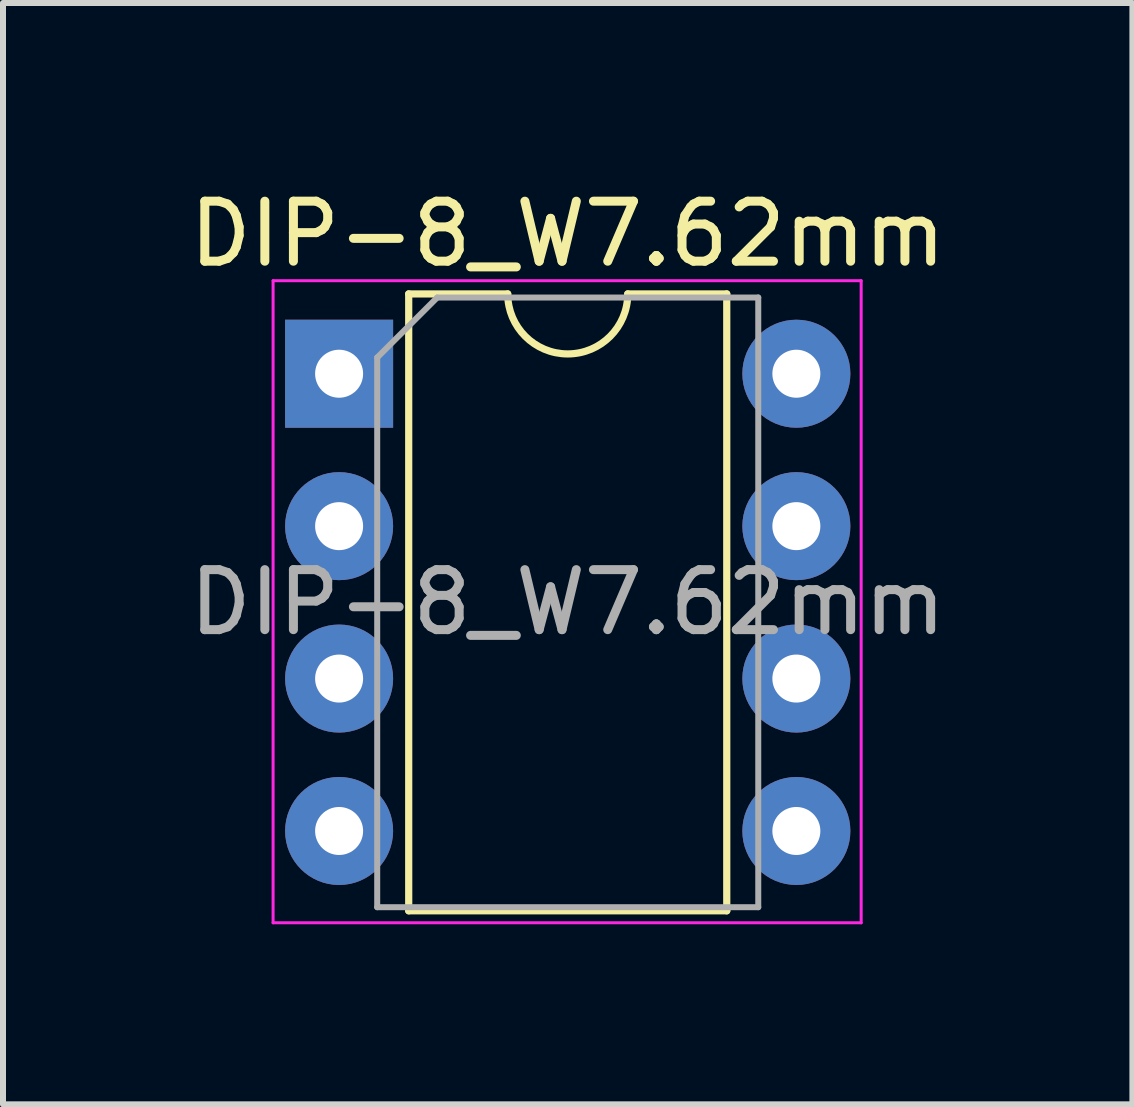
<source format=kicad_pcb>
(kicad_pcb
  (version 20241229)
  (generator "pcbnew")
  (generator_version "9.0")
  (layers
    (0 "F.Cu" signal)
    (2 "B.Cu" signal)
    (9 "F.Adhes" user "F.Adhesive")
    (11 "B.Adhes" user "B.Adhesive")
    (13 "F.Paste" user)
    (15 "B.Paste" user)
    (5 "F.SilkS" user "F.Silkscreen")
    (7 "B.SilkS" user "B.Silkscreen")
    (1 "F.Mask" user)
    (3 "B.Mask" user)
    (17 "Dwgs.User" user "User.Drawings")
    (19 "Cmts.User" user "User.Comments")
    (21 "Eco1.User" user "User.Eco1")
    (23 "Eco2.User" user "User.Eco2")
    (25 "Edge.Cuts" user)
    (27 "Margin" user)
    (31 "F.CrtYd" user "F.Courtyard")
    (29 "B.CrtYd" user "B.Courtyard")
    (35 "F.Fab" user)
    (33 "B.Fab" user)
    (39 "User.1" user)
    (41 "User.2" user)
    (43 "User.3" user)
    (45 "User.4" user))
  (footprint "DIP-8_W7.62mm"
    (layer "F.Cu")
    (at 2.601 3.178)
    (property "Reference" "DIP-8_W7.62mm" (at 3.81 -2.33 0) (layer "F.SilkS") (effects (font (size 1 1) (thickness 0.15))))
    (attr through_hole)
    (fp_line (start 1.16 -1.33) (end 1.16 8.95) (stroke (width 0.12) (type solid)) (layer "F.SilkS"))
    (fp_line (start 1.16 8.95) (end 6.46 8.95) (stroke (width 0.12) (type solid)) (layer "F.SilkS"))
    (fp_line (start 2.81 -1.33) (end 1.16 -1.33) (stroke (width 0.12) (type solid)) (layer "F.SilkS"))
    (fp_line (start 6.46 -1.33) (end 4.81 -1.33) (stroke (width 0.12) (type solid)) (layer "F.SilkS"))
    (fp_line (start 6.46 8.95) (end 6.46 -1.33) (stroke (width 0.12) (type solid)) (layer "F.SilkS"))
    (fp_arc (start 4.81 -1.33) (mid 3.81 -0.33) (end 2.81 -1.33) (stroke (width 0.12) (type solid)) (layer "F.SilkS"))
    (fp_line (start -1.1 -1.55) (end -1.1 9.15) (stroke (width 0.05) (type solid)) (layer "F.CrtYd"))
    (fp_line (start -1.1 9.15) (end 8.7 9.15) (stroke (width 0.05) (type solid)) (layer "F.CrtYd"))
    (fp_line (start 8.7 -1.55) (end -1.1 -1.55) (stroke (width 0.05) (type solid)) (layer "F.CrtYd"))
    (fp_line (start 8.7 9.15) (end 8.7 -1.55) (stroke (width 0.05) (type solid)) (layer "F.CrtYd"))
    (fp_line (start 0.635 -0.27) (end 1.635 -1.27) (stroke (width 0.1) (type solid)) (layer "F.Fab"))
    (fp_line (start 0.635 8.89) (end 0.635 -0.27) (stroke (width 0.1) (type solid)) (layer "F.Fab"))
    (fp_line (start 1.635 -1.27) (end 6.985 -1.27) (stroke (width 0.1) (type solid)) (layer "F.Fab"))
    (fp_line (start 6.985 -1.27) (end 6.985 8.89) (stroke (width 0.1) (type solid)) (layer "F.Fab"))
    (fp_line (start 6.985 8.89) (end 0.635 8.89) (stroke (width 0.1) (type solid)) (layer "F.Fab"))
    (fp_text user "${REFERENCE}" (at 3.81 3.81 0) (layer "F.Fab") (effects (font (size 1 1) (thickness 0.15))))
    (pad "1" thru_hole rect (at 0 0) (size 1.8 1.8) (drill 0.8) (layers "*.Cu" "*.Mask"))
    (pad "2" thru_hole oval (at 0 2.54) (size 1.8 1.8) (drill 0.8) (layers "*.Cu" "*.Mask"))
    (pad "3" thru_hole oval (at 0 5.08) (size 1.8 1.8) (drill 0.8) (layers "*.Cu" "*.Mask"))
    (pad "4" thru_hole oval (at 0 7.62) (size 1.8 1.8) (drill 0.8) (layers "*.Cu" "*.Mask"))
    (pad "5" thru_hole oval (at 7.62 7.62) (size 1.8 1.8) (drill 0.8) (layers "*.Cu" "*.Mask"))
    (pad "6" thru_hole oval (at 7.62 5.08) (size 1.8 1.8) (drill 0.8) (layers "*.Cu" "*.Mask"))
    (pad "7" thru_hole oval (at 7.62 2.54) (size 1.8 1.8) (drill 0.8) (layers "*.Cu" "*.Mask"))
    (pad "8" thru_hole oval (at 7.62 0) (size 1.8 1.8) (drill 0.8) (layers "*.Cu" "*.Mask")))
  (gr_rect
    (start -3 -3)
    (end 15.821 15.353)
    (stroke (width 0.1) (type default))
    (fill no)
    (layer "Edge.Cuts")))
</source>
